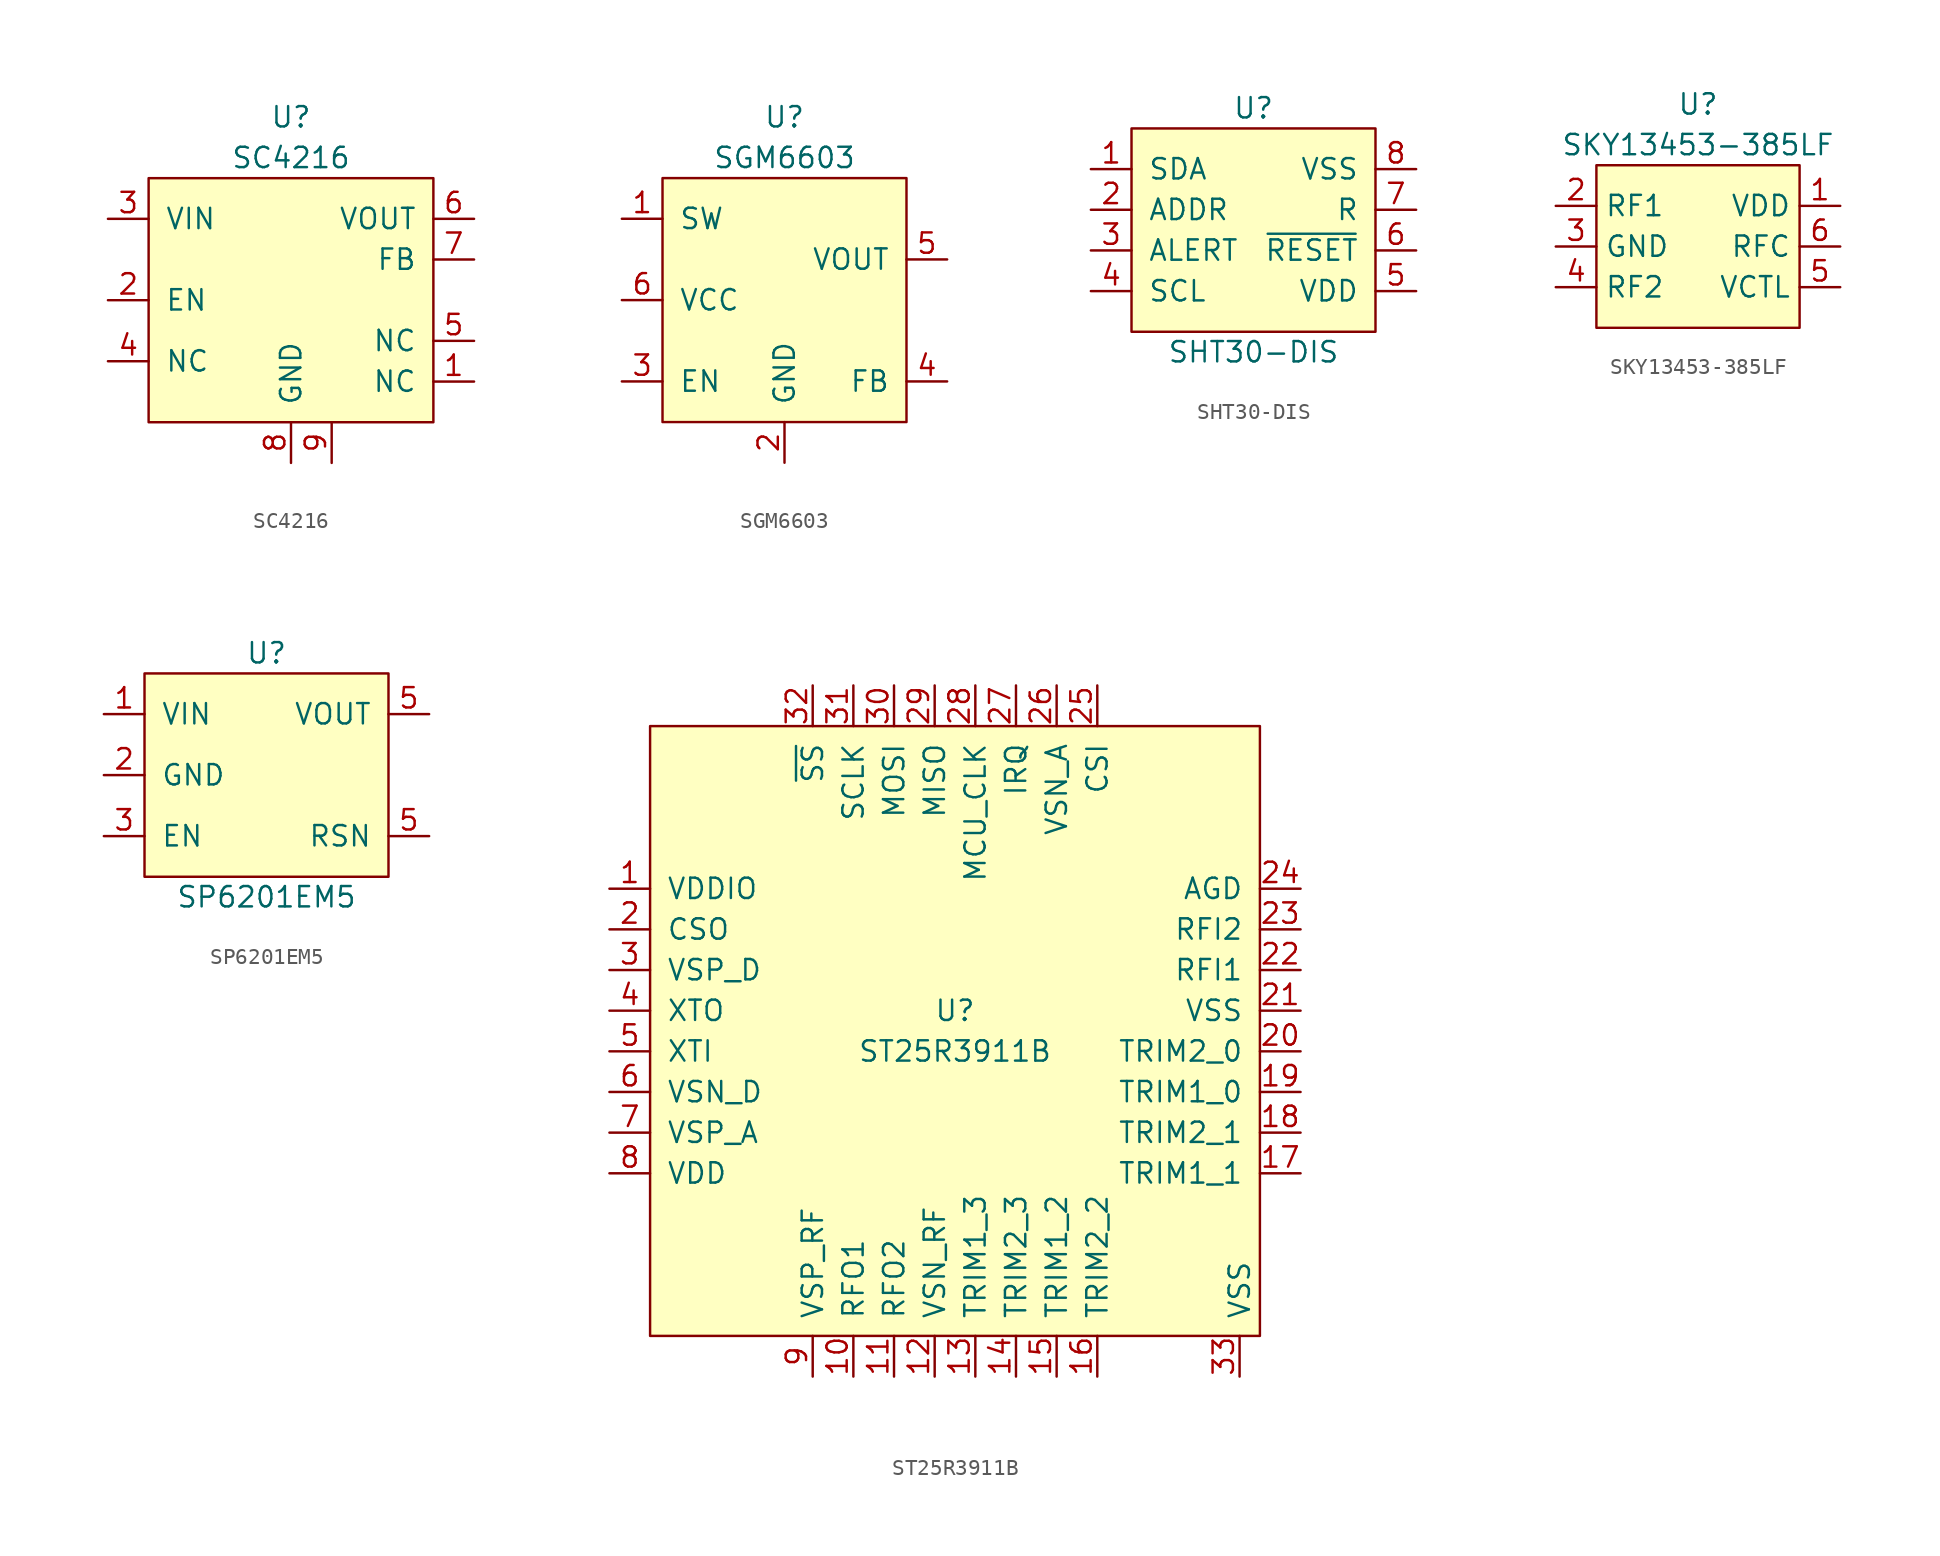
<source format=kicad_sym>
(kicad_symbol_lib
  (version 20211014)
  (generator kicad_symbol_editor)
  (symbol "SC4216"
    (pin_names
      (offset 1.016))
    (property "Reference" "U"
      (at 0 11.43 0)
      (effects (font (size 1.27 1.27))))
    (property "Value" "SC4216"
      (at 0 8.89 0)
      (effects (font (size 1.27 1.27))))
    (symbol "SC4216_0_1"
      (rectangle (start -8.89 7.62) (end 8.89 -7.62) (stroke (width 0) (type default) (color 0 0 0 0)) (fill (type background))))
    (symbol "SC4216_1_1"
      (pin tri_state line (at 11.43 -5.08 180) (length 2.54) (name "NC" (effects (font (size 1.27 1.27)))) (number "1" (effects (font (size 1.27 1.27)))))
      (pin input line (at -11.43 0 0) (length 2.54) (name "EN" (effects (font (size 1.27 1.27)))) (number "2" (effects (font (size 1.27 1.27)))))
      (pin power_in line (at -11.43 5.08 0) (length 2.54) (name "VIN" (effects (font (size 1.27 1.27)))) (number "3" (effects (font (size 1.27 1.27)))))
      (pin power_in line (at -11.43 -3.81 0) (length 2.54) (name "NC" (effects (font (size 1.27 1.27)))) (number "4" (effects (font (size 1.27 1.27)))))
      (pin tri_state line (at 11.43 -2.54 180) (length 2.54) (name "NC" (effects (font (size 1.27 1.27)))) (number "5" (effects (font (size 1.27 1.27)))))
      (pin power_out line (at 11.43 5.08 180) (length 2.54) (name "VOUT" (effects (font (size 1.27 1.27)))) (number "6" (effects (font (size 1.27 1.27)))))
      (pin input line (at 11.43 2.54 180) (length 2.54) (name "FB" (effects (font (size 1.27 1.27)))) (number "7" (effects (font (size 1.27 1.27)))))
      (pin power_in line (at 0 -10.16 90) (length 2.54) (name "GND" (effects (font (size 1.27 1.27)))) (number "8" (effects (font (size 1.27 1.27)))))
      (pin tri_state line (at 2.54 -10.16 90) (length 2.54) (name "" (effects (font (size 1.27 1.27)))) (number "9" (effects (font (size 1.27 1.27)))))))
  (symbol "SGM6603"
    (pin_names
      (offset 1.016))
    (property "Reference" "U"
      (at 0 11.43 0)
      (effects (font (size 1.27 1.27))))
    (property "Value" "SGM6603"
      (at 0 8.89 0)
      (effects (font (size 1.27 1.27))))
    (symbol "SGM6603_0_1"
      (rectangle (start 7.62 7.62) (end -7.62 -7.62) (stroke (width 0) (type default) (color 0 0 0 0)) (fill (type background))))
    (symbol "SGM6603_1_1"
      (pin passive line (at -10.16 5.08 0) (length 2.54) (name "SW" (effects (font (size 1.27 1.27)))) (number "1" (effects (font (size 1.27 1.27)))))
      (pin power_in line (at 0 -10.16 90) (length 2.54) (name "GND" (effects (font (size 1.27 1.27)))) (number "2" (effects (font (size 1.27 1.27)))))
      (pin input line (at -10.16 -5.08 0) (length 2.54) (name "EN" (effects (font (size 1.27 1.27)))) (number "3" (effects (font (size 1.27 1.27)))))
      (pin input line (at 10.16 -5.08 180) (length 2.54) (name "FB" (effects (font (size 1.27 1.27)))) (number "4" (effects (font (size 1.27 1.27)))))
      (pin power_out line (at 10.16 2.54 180) (length 2.54) (name "VOUT" (effects (font (size 1.27 1.27)))) (number "5" (effects (font (size 1.27 1.27)))))
      (pin power_in line (at -10.16 0 0) (length 2.54) (name "VCC" (effects (font (size 1.27 1.27)))) (number "6" (effects (font (size 1.27 1.27)))))))
  (symbol "SHT30-DIS"
    (pin_names
      (offset 1.016))
    (property "Reference" "U"
      (at 0 7.62 0)
      (effects (font (size 1.27 1.27))))
    (property "Value" "SHT30-DIS"
      (at 0 -7.62 0)
      (effects (font (size 1.27 1.27))))
    (symbol "SHT30-DIS_0_1"
      (rectangle (start 7.62 6.35) (end -7.62 -6.35) (stroke (width 0) (type default) (color 0 0 0 0)) (fill (type background))))
    (symbol "SHT30-DIS_1_1"
      (pin bidirectional line (at -10.16 3.81 0) (length 2.54) (name "SDA" (effects (font (size 1.27 1.27)))) (number "1" (effects (font (size 1.27 1.27)))))
      (pin input line (at -10.16 1.27 0) (length 2.54) (name "ADDR" (effects (font (size 1.27 1.27)))) (number "2" (effects (font (size 1.27 1.27)))))
      (pin output line (at -10.16 -1.27 0) (length 2.54) (name "ALERT" (effects (font (size 1.27 1.27)))) (number "3" (effects (font (size 1.27 1.27)))))
      (pin input line (at -10.16 -3.81 0) (length 2.54) (name "SCL" (effects (font (size 1.27 1.27)))) (number "4" (effects (font (size 1.27 1.27)))))
      (pin power_in line (at 10.16 -3.81 180) (length 2.54) (name "VDD" (effects (font (size 1.27 1.27)))) (number "5" (effects (font (size 1.27 1.27)))))
      (pin input line (at 10.16 -1.27 180) (length 2.54) (name "~{RESET}" (effects (font (size 1.27 1.27)))) (number "6" (effects (font (size 1.27 1.27)))))
      (pin input line (at 10.16 1.27 180) (length 2.54) (name "R" (effects (font (size 1.27 1.27)))) (number "7" (effects (font (size 1.27 1.27)))))
      (pin power_in line (at 10.16 3.81 180) (length 2.54) (name "VSS" (effects (font (size 1.27 1.27)))) (number "8" (effects (font (size 1.27 1.27)))))))
  (symbol "SKY13453-385LF"
    (property "Reference" "U"
      (at 0 8.89 0)
      (effects (font (size 1.27 1.27))))
    (property "Value" "SKY13453-385LF"
      (at 0 6.35 0)
      (effects (font (size 1.27 1.27))))
    (symbol "SKY13453-385LF_0_0"
      (pin power_in line (at 8.89 2.54 180) (length 2.54) (name "VDD" (effects (font (size 1.27 1.27)))) (number "1" (effects (font (size 1.27 1.27)))))
      (pin passive line (at -8.89 2.54 0) (length 2.54) (name "RF1" (effects (font (size 1.27 1.27)))) (number "2" (effects (font (size 1.27 1.27)))))
      (pin power_in line (at -8.89 0 0) (length 2.54) (name "GND" (effects (font (size 1.27 1.27)))) (number "3" (effects (font (size 1.27 1.27)))))
      (pin passive line (at -8.89 -2.54 0) (length 2.54) (name "RF2" (effects (font (size 1.27 1.27)))) (number "4" (effects (font (size 1.27 1.27)))))
      (pin input line (at 8.89 -2.54 180) (length 2.54) (name "VCTL" (effects (font (size 1.27 1.27)))) (number "5" (effects (font (size 1.27 1.27)))))
      (pin passive line (at 8.89 0 180) (length 2.54) (name "RFC" (effects (font (size 1.27 1.27)))) (number "6" (effects (font (size 1.27 1.27))))))
    (symbol "SKY13453-385LF_0_1"
      (rectangle (start -6.35 5.08) (end 6.35 -5.08) (stroke (width 0) (type default) (color 0 0 0 0)) (fill (type background)))))
  (symbol "SP6201EM5"
    (pin_names
      (offset 1.016))
    (property "Reference" "U"
      (at 0 7.62 0)
      (effects (font (size 1.27 1.27))))
    (property "Value" "SP6201EM5"
      (at 0 -7.62 0)
      (effects (font (size 1.27 1.27))))
    (symbol "SP6201EM5_0_1"
      (rectangle (start 7.62 6.35) (end -7.62 -6.35) (stroke (width 0) (type default) (color 0 0 0 0)) (fill (type background))))
    (symbol "SP6201EM5_1_1"
      (pin power_in line (at -10.16 3.81 0) (length 2.54) (name "VIN" (effects (font (size 1.27 1.27)))) (number "1" (effects (font (size 1.27 1.27)))))
      (pin power_in line (at -10.16 0 0) (length 2.54) (name "GND" (effects (font (size 1.27 1.27)))) (number "2" (effects (font (size 1.27 1.27)))))
      (pin input line (at -10.16 -3.81 0) (length 2.54) (name "EN" (effects (font (size 1.27 1.27)))) (number "3" (effects (font (size 1.27 1.27)))))
      (pin output line (at 10.16 -3.81 180) (length 2.54) (name "RSN" (effects (font (size 1.27 1.27)))) (number "5" (effects (font (size 1.27 1.27)))))
      (pin power_out line (at 10.16 3.81 180) (length 2.54) (name "VOUT" (effects (font (size 1.27 1.27)))) (number "5" (effects (font (size 1.27 1.27)))))))
  (symbol "ST25R3911B"
    (pin_names
      (offset 1.016))
    (property "Reference" "U"
      (at 0 1.27 0)
      (effects (font (size 1.27 1.27))))
    (property "Value" "ST25R3911B"
      (at 0 -1.27 0)
      (effects (font (size 1.27 1.27))))
    (symbol "ST25R3911B_0_1"
      (rectangle (start -19.05 -19.05) (end 19.05 19.05) (stroke (width 0) (type default) (color 0 0 0 0)) (fill (type background))))
    (symbol "ST25R3911B_1_1"
      (pin power_in line (at -21.59 8.89 0) (length 2.54) (name "VDDIO" (effects (font (size 1.27 1.27)))) (number "1" (effects (font (size 1.27 1.27)))))
      (pin output line (at -6.35 -21.59 90) (length 2.54) (name "RFO1" (effects (font (size 1.27 1.27)))) (number "10" (effects (font (size 1.27 1.27)))))
      (pin output line (at -3.81 -21.59 90) (length 2.54) (name "RFO2" (effects (font (size 1.27 1.27)))) (number "11" (effects (font (size 1.27 1.27)))))
      (pin power_in line (at -1.27 -21.59 90) (length 2.54) (name "VSN_RF" (effects (font (size 1.27 1.27)))) (number "12" (effects (font (size 1.27 1.27)))))
      (pin passive line (at 1.27 -21.59 90) (length 2.54) (name "TRIM1_3" (effects (font (size 1.27 1.27)))) (number "13" (effects (font (size 1.27 1.27)))))
      (pin passive line (at 3.81 -21.59 90) (length 2.54) (name "TRIM2_3" (effects (font (size 1.27 1.27)))) (number "14" (effects (font (size 1.27 1.27)))))
      (pin passive line (at 6.35 -21.59 90) (length 2.54) (name "TRIM1_2" (effects (font (size 1.27 1.27)))) (number "15" (effects (font (size 1.27 1.27)))))
      (pin passive line (at 8.89 -21.59 90) (length 2.54) (name "TRIM2_2" (effects (font (size 1.27 1.27)))) (number "16" (effects (font (size 1.27 1.27)))))
      (pin passive line (at 21.59 -8.89 180) (length 2.54) (name "TRIM1_1" (effects (font (size 1.27 1.27)))) (number "17" (effects (font (size 1.27 1.27)))))
      (pin passive line (at 21.59 -6.35 180) (length 2.54) (name "TRIM2_1" (effects (font (size 1.27 1.27)))) (number "18" (effects (font (size 1.27 1.27)))))
      (pin passive line (at 21.59 -3.81 180) (length 2.54) (name "TRIM1_0" (effects (font (size 1.27 1.27)))) (number "19" (effects (font (size 1.27 1.27)))))
      (pin output line (at -21.59 6.35 0) (length 2.54) (name "CSO" (effects (font (size 1.27 1.27)))) (number "2" (effects (font (size 1.27 1.27)))))
      (pin passive line (at 21.59 -1.27 180) (length 2.54) (name "TRIM2_0" (effects (font (size 1.27 1.27)))) (number "20" (effects (font (size 1.27 1.27)))))
      (pin power_in line (at 21.59 1.27 180) (length 2.54) (name "VSS" (effects (font (size 1.27 1.27)))) (number "21" (effects (font (size 1.27 1.27)))))
      (pin input line (at 21.59 3.81 180) (length 2.54) (name "RFI1" (effects (font (size 1.27 1.27)))) (number "22" (effects (font (size 1.27 1.27)))))
      (pin input line (at 21.59 6.35 180) (length 2.54) (name "RFI2" (effects (font (size 1.27 1.27)))) (number "23" (effects (font (size 1.27 1.27)))))
      (pin passive line (at 21.59 8.89 180) (length 2.54) (name "AGD" (effects (font (size 1.27 1.27)))) (number "24" (effects (font (size 1.27 1.27)))))
      (pin input line (at 8.89 21.59 270) (length 2.54) (name "CSI" (effects (font (size 1.27 1.27)))) (number "25" (effects (font (size 1.27 1.27)))))
      (pin power_in line (at 6.35 21.59 270) (length 2.54) (name "VSN_A" (effects (font (size 1.27 1.27)))) (number "26" (effects (font (size 1.27 1.27)))))
      (pin output line (at 3.81 21.59 270) (length 2.54) (name "IRQ" (effects (font (size 1.27 1.27)))) (number "27" (effects (font (size 1.27 1.27)))))
      (pin output line (at 1.27 21.59 270) (length 2.54) (name "MCU_CLK" (effects (font (size 1.27 1.27)))) (number "28" (effects (font (size 1.27 1.27)))))
      (pin tri_state line (at -1.27 21.59 270) (length 2.54) (name "MISO" (effects (font (size 1.27 1.27)))) (number "29" (effects (font (size 1.27 1.27)))))
      (pin output line (at -21.59 3.81 0) (length 2.54) (name "VSP_D" (effects (font (size 1.27 1.27)))) (number "3" (effects (font (size 1.27 1.27)))))
      (pin input line (at -3.81 21.59 270) (length 2.54) (name "MOSI" (effects (font (size 1.27 1.27)))) (number "30" (effects (font (size 1.27 1.27)))))
      (pin input line (at -6.35 21.59 270) (length 2.54) (name "SCLK" (effects (font (size 1.27 1.27)))) (number "31" (effects (font (size 1.27 1.27)))))
      (pin input line (at -8.89 21.59 270) (length 2.54) (name "~{SS}" (effects (font (size 1.27 1.27)))) (number "32" (effects (font (size 1.27 1.27)))))
      (pin power_in line (at 17.78 -21.59 90) (length 2.54) (name "VSS" (effects (font (size 1.27 1.27)))) (number "33" (effects (font (size 1.27 1.27)))))
      (pin output line (at -21.59 1.27 0) (length 2.54) (name "XTO" (effects (font (size 1.27 1.27)))) (number "4" (effects (font (size 1.27 1.27)))))
      (pin input line (at -21.59 -1.27 0) (length 2.54) (name "XTI" (effects (font (size 1.27 1.27)))) (number "5" (effects (font (size 1.27 1.27)))))
      (pin power_in line (at -21.59 -3.81 0) (length 2.54) (name "VSN_D" (effects (font (size 1.27 1.27)))) (number "6" (effects (font (size 1.27 1.27)))))
      (pin power_out line (at -21.59 -6.35 0) (length 2.54) (name "VSP_A" (effects (font (size 1.27 1.27)))) (number "7" (effects (font (size 1.27 1.27)))))
      (pin power_in line (at -21.59 -8.89 0) (length 2.54) (name "VDD" (effects (font (size 1.27 1.27)))) (number "8" (effects (font (size 1.27 1.27)))))
      (pin output line (at -8.89 -21.59 90) (length 2.54) (name "VSP_RF" (effects (font (size 1.27 1.27)))) (number "9" (effects (font (size 1.27 1.27))))))))
</source>
